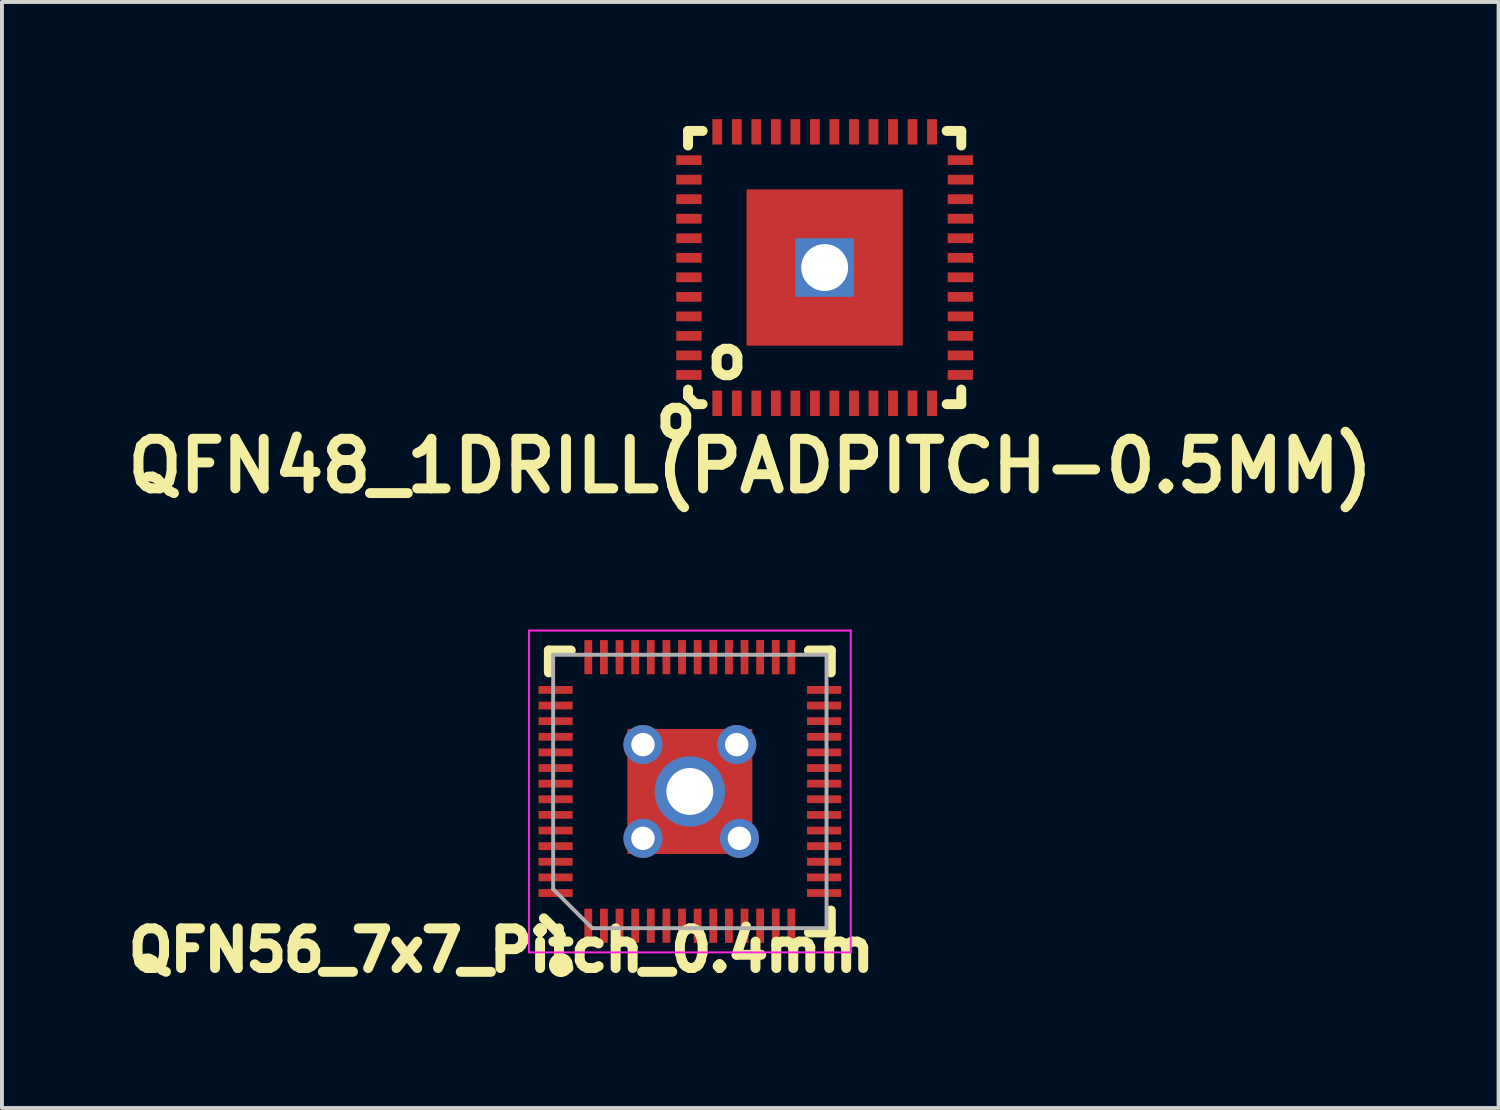
<source format=kicad_pcb>
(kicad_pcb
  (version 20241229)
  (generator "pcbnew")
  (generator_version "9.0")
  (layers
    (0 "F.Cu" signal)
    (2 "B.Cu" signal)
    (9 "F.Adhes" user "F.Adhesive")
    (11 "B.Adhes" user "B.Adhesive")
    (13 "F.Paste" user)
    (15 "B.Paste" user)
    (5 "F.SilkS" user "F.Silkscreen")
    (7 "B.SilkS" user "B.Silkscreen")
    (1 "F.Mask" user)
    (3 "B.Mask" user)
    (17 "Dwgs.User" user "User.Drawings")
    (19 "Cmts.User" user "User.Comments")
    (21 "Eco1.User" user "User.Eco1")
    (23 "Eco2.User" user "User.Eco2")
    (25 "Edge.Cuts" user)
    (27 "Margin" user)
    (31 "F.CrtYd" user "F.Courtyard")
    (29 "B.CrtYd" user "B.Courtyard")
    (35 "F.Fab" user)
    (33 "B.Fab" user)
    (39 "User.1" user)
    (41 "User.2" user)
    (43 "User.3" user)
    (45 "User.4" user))
  (footprint "QFN56_7x7_Pitch_0.4mm"
    (layer "F.Cu")
    (at 14.612 17.214)
    (property "Reference" "QFN56_7x7_Pitch_0.4mm" (at -4.826 4.064 0) (layer "F.SilkS") (effects (font (size 1.016 1.016) (thickness 0.254))))
    (attr smd)
    (fp_line (start -3.61 -3.61) (end -3.048 -3.61) (stroke (width 0.254) (type solid)) (layer "F.SilkS"))
    (fp_line (start -3.61 -3.048) (end -3.61 -3.61) (stroke (width 0.254) (type solid)) (layer "F.SilkS"))
    (fp_line (start -3.302 3.683) (end -3.737 3.248) (stroke (width 0.254) (type solid)) (layer "F.SilkS"))
    (fp_line (start 3.61 -3.61) (end 3.048 -3.61) (stroke (width 0.254) (type solid)) (layer "F.SilkS"))
    (fp_line (start 3.61 -3.048) (end 3.61 -3.61) (stroke (width 0.254) (type solid)) (layer "F.SilkS"))
    (fp_line (start 3.61 3.048) (end 3.61 3.61) (stroke (width 0.254) (type solid)) (layer "F.SilkS"))
    (fp_line (start 3.61 3.61) (end 3.048 3.61) (stroke (width 0.254) (type solid)) (layer "F.SilkS"))
    (fp_circle (center -3.302 4.445) (end -3.175 4.318) (stroke (width 0.254) (type solid)) (fill no) (layer "F.SilkS"))
    (fp_line (start -4.12 -4.12) (end -4.12 4.12) (stroke (width 0.05) (type solid)) (layer "F.CrtYd"))
    (fp_line (start -4.12 4.12) (end 4.12 4.12) (stroke (width 0.05) (type solid)) (layer "F.CrtYd"))
    (fp_line (start 4.12 -4.12) (end -4.12 -4.12) (stroke (width 0.05) (type solid)) (layer "F.CrtYd"))
    (fp_line (start 4.12 4.12) (end 4.12 -4.12) (stroke (width 0.05) (type solid)) (layer "F.CrtYd"))
    (fp_line (start -3.5 -3.5) (end 3.5 -3.5) (stroke (width 0.1) (type solid)) (layer "F.Fab"))
    (fp_line (start -3.5 2.5) (end -3.5 -3.5) (stroke (width 0.1) (type solid)) (layer "F.Fab"))
    (fp_line (start -2.5 3.5) (end -3.5 2.5) (stroke (width 0.1) (type solid)) (layer "F.Fab"))
    (fp_line (start 3.5 -3.5) (end 3.5 3.5) (stroke (width 0.1) (type solid)) (layer "F.Fab"))
    (fp_line (start 3.5 3.5) (end -2.5 3.5) (stroke (width 0.1) (type solid)) (layer "F.Fab"))
    (pad "" smd rect (at -3.438 -2.6 180) (size 0.886 0.211) (layers "F.Paste"))
    (pad "" smd rect (at -3.438 -2.2 180) (size 0.886 0.211) (layers "F.Paste"))
    (pad "" smd rect (at -3.438 -1.8 180) (size 0.886 0.211) (layers "F.Paste"))
    (pad "" smd rect (at -3.438 -1.4 180) (size 0.886 0.211) (layers "F.Paste"))
    (pad "" smd rect (at -3.438 -1 180) (size 0.886 0.211) (layers "F.Paste"))
    (pad "" smd rect (at -3.438 -0.6 180) (size 0.886 0.211) (layers "F.Paste"))
    (pad "" smd rect (at -3.438 -0.2 180) (size 0.886 0.211) (layers "F.Paste"))
    (pad "" smd rect (at -3.438 0.2 180) (size 0.886 0.211) (layers "F.Paste"))
    (pad "" smd rect (at -3.438 0.6 180) (size 0.886 0.211) (layers "F.Paste"))
    (pad "" smd rect (at -3.438 1 180) (size 0.886 0.211) (layers "F.Paste"))
    (pad "" smd rect (at -3.438 1.4 180) (size 0.886 0.211) (layers "F.Paste"))
    (pad "" smd rect (at -3.438 1.8 180) (size 0.886 0.211) (layers "F.Paste"))
    (pad "" smd rect (at -3.438 2.2 180) (size 0.886 0.211) (layers "F.Paste"))
    (pad "" smd rect (at -3.438 2.6 180) (size 0.886 0.211) (layers "F.Paste"))
    (pad "" smd rect (at -2.6 -3.438 90) (size 0.886 0.211) (layers "F.Paste"))
    (pad "" smd rect (at -2.6 3.438 90) (size 0.886 0.211) (layers "F.Paste"))
    (pad "" smd rect (at -2.2 -3.438 90) (size 0.886 0.211) (layers "F.Paste"))
    (pad "" smd rect (at -2.2 3.438 90) (size 0.886 0.211) (layers "F.Paste"))
    (pad "" smd rect (at -1.8 -3.438 90) (size 0.886 0.211) (layers "F.Paste"))
    (pad "" smd rect (at -1.8 3.438 90) (size 0.886 0.211) (layers "F.Paste"))
    (pad "" smd rect (at -1.4 -3.438 90) (size 0.886 0.211) (layers "F.Paste"))
    (pad "" smd rect (at -1.4 3.438 90) (size 0.886 0.211) (layers "F.Paste"))
    (pad "" smd rect (at -1.194 0 90) (size 1.7 0.8) (layers "F.Paste"))
    (pad "" smd rect (at -1 -3.438 90) (size 0.886 0.211) (layers "F.Paste"))
    (pad "" smd rect (at -1 3.438 90) (size 0.886 0.211) (layers "F.Paste"))
    (pad "" smd rect (at -0.6 -3.438 90) (size 0.886 0.211) (layers "F.Paste"))
    (pad "" smd rect (at -0.6 3.438 90) (size 0.886 0.211) (layers "F.Paste"))
    (pad "" smd rect (at -0.2 -3.438 90) (size 0.886 0.211) (layers "F.Paste"))
    (pad "" smd rect (at -0.2 3.438 90) (size 0.886 0.211) (layers "F.Paste"))
    (pad "" smd rect (at 0 -1.194 180) (size 0.949 0.8) (layers "F.Paste"))
    (pad "" smd rect (at 0 1.194 180) (size 0.949 0.8) (layers "F.Paste"))
    (pad "" smd rect (at 0.2 -3.438 90) (size 0.886 0.211) (layers "F.Paste"))
    (pad "" smd rect (at 0.2 3.438 90) (size 0.886 0.211) (layers "F.Paste"))
    (pad "" smd rect (at 0.6 -3.438 90) (size 0.886 0.211) (layers "F.Paste"))
    (pad "" smd rect (at 0.6 3.438 90) (size 0.886 0.211) (layers "F.Paste"))
    (pad "" smd rect (at 1 -3.438 90) (size 0.886 0.211) (layers "F.Paste"))
    (pad "" smd rect (at 1 3.438 90) (size 0.886 0.211) (layers "F.Paste"))
    (pad "" smd rect (at 1.194 0 90) (size 1.7 0.8) (layers "F.Paste"))
    (pad "" smd rect (at 1.4 -3.438 90) (size 0.886 0.211) (layers "F.Paste"))
    (pad "" smd rect (at 1.4 3.438 90) (size 0.886 0.211) (layers "F.Paste"))
    (pad "" smd rect (at 1.8 -3.438 90) (size 0.886 0.211) (layers "F.Paste"))
    (pad "" smd rect (at 1.8 3.438 90) (size 0.886 0.211) (layers "F.Paste"))
    (pad "" smd rect (at 2.2 -3.438 90) (size 0.886 0.211) (layers "F.Paste"))
    (pad "" smd rect (at 2.2 3.438 90) (size 0.886 0.211) (layers "F.Paste"))
    (pad "" smd rect (at 2.6 -3.438 90) (size 0.886 0.211) (layers "F.Paste"))
    (pad "" smd rect (at 2.6 3.438 90) (size 0.886 0.211) (layers "F.Paste"))
    (pad "" smd rect (at 3.438 -2.6 180) (size 0.886 0.211) (layers "F.Paste"))
    (pad "" smd rect (at 3.438 -2.2 180) (size 0.886 0.211) (layers "F.Paste"))
    (pad "" smd rect (at 3.438 -1.8 180) (size 0.886 0.211) (layers "F.Paste"))
    (pad "" smd rect (at 3.438 -1.4 180) (size 0.886 0.211) (layers "F.Paste"))
    (pad "" smd rect (at 3.438 -1 180) (size 0.886 0.211) (layers "F.Paste"))
    (pad "" smd rect (at 3.438 -0.6 180) (size 0.886 0.211) (layers "F.Paste"))
    (pad "" smd rect (at 3.438 -0.2 180) (size 0.886 0.211) (layers "F.Paste"))
    (pad "" smd rect (at 3.438 0.2 180) (size 0.886 0.211) (layers "F.Paste"))
    (pad "" smd rect (at 3.438 0.6 180) (size 0.886 0.211) (layers "F.Paste"))
    (pad "" smd rect (at 3.438 1 180) (size 0.886 0.211) (layers "F.Paste"))
    (pad "" smd rect (at 3.438 1.4 180) (size 0.886 0.211) (layers "F.Paste"))
    (pad "" smd rect (at 3.438 1.8 180) (size 0.886 0.211) (layers "F.Paste"))
    (pad "" smd rect (at 3.438 2.2 180) (size 0.886 0.211) (layers "F.Paste"))
    (pad "" smd rect (at 3.438 2.6 180) (size 0.886 0.211) (layers "F.Paste"))
    (pad "1" smd rect (at -2.6 3.438 90) (size 0.875 0.2) (layers "F.Cu" "F.Mask"))
    (pad "2" smd rect (at -2.2 3.438 90) (size 0.875 0.2) (layers "F.Cu" "F.Mask"))
    (pad "3" smd rect (at -1.8 3.438 90) (size 0.875 0.2) (layers "F.Cu" "F.Mask"))
    (pad "4" smd rect (at -1.4 3.438 90) (size 0.875 0.2) (layers "F.Cu" "F.Mask"))
    (pad "5" smd rect (at -1 3.438 90) (size 0.875 0.2) (layers "F.Cu" "F.Mask"))
    (pad "6" smd rect (at -0.6 3.438 90) (size 0.875 0.2) (layers "F.Cu" "F.Mask"))
    (pad "7" smd rect (at -0.2 3.438 90) (size 0.875 0.2) (layers "F.Cu" "F.Mask"))
    (pad "8" smd rect (at 0.2 3.438 90) (size 0.875 0.2) (layers "F.Cu" "F.Mask"))
    (pad "9" smd rect (at 0.6 3.438 90) (size 0.875 0.2) (layers "F.Cu" "F.Mask"))
    (pad "10" smd rect (at 1 3.438 90) (size 0.875 0.2) (layers "F.Cu" "F.Mask"))
    (pad "11" smd rect (at 1.4 3.438 90) (size 0.875 0.2) (layers "F.Cu" "F.Mask"))
    (pad "12" smd rect (at 1.8 3.438 90) (size 0.875 0.2) (layers "F.Cu" "F.Mask"))
    (pad "13" smd rect (at 2.2 3.438 90) (size 0.875 0.2) (layers "F.Cu" "F.Mask"))
    (pad "14" smd rect (at 2.6 3.438 90) (size 0.875 0.2) (layers "F.Cu" "F.Mask"))
    (pad "15" smd rect (at 3.438 2.6 90) (size 0.2 0.875) (layers "F.Cu" "F.Mask"))
    (pad "16" smd rect (at 3.438 2.2 90) (size 0.2 0.875) (layers "F.Cu" "F.Mask"))
    (pad "17" smd rect (at 3.438 1.8 90) (size 0.2 0.875) (layers "F.Cu" "F.Mask"))
    (pad "18" smd rect (at 3.438 1.4 90) (size 0.2 0.875) (layers "F.Cu" "F.Mask"))
    (pad "19" smd rect (at 3.438 1 90) (size 0.2 0.875) (layers "F.Cu" "F.Mask"))
    (pad "20" smd rect (at 3.438 0.6 90) (size 0.2 0.875) (layers "F.Cu" "F.Mask"))
    (pad "21" smd rect (at 3.438 0.2 90) (size 0.2 0.875) (layers "F.Cu" "F.Mask"))
    (pad "22" smd rect (at 3.438 -0.2 90) (size 0.2 0.875) (layers "F.Cu" "F.Mask"))
    (pad "23" smd rect (at 3.438 -0.6 90) (size 0.2 0.875) (layers "F.Cu" "F.Mask"))
    (pad "24" smd rect (at 3.438 -1 90) (size 0.2 0.875) (layers "F.Cu" "F.Mask"))
    (pad "25" smd rect (at 3.438 -1.4 90) (size 0.2 0.875) (layers "F.Cu" "F.Mask"))
    (pad "26" smd rect (at 3.438 -1.8 90) (size 0.2 0.875) (layers "F.Cu" "F.Mask"))
    (pad "27" smd rect (at 3.438 -2.2 90) (size 0.2 0.875) (layers "F.Cu" "F.Mask"))
    (pad "28" smd rect (at 3.438 -2.6 90) (size 0.2 0.875) (layers "F.Cu" "F.Mask"))
    (pad "29" smd rect (at 2.6 -3.438 90) (size 0.875 0.2) (layers "F.Cu" "F.Mask"))
    (pad "30" smd rect (at 2.2 -3.438 90) (size 0.875 0.2) (layers "F.Cu" "F.Mask"))
    (pad "31" smd rect (at 1.8 -3.438 90) (size 0.875 0.2) (layers "F.Cu" "F.Mask"))
    (pad "32" smd rect (at 1.4 -3.438 90) (size 0.875 0.2) (layers "F.Cu" "F.Mask"))
    (pad "33" smd rect (at 1 -3.438 90) (size 0.875 0.2) (layers "F.Cu" "F.Mask"))
    (pad "34" smd rect (at 0.6 -3.438 90) (size 0.875 0.2) (layers "F.Cu" "F.Mask"))
    (pad "35" smd rect (at 0.2 -3.438 90) (size 0.875 0.2) (layers "F.Cu" "F.Mask"))
    (pad "36" smd rect (at -0.2 -3.438 90) (size 0.875 0.2) (layers "F.Cu" "F.Mask"))
    (pad "37" smd rect (at -0.6 -3.438 90) (size 0.875 0.2) (layers "F.Cu" "F.Mask"))
    (pad "38" smd rect (at -1 -3.438 90) (size 0.875 0.2) (layers "F.Cu" "F.Mask"))
    (pad "39" smd rect (at -1.4 -3.438 90) (size 0.875 0.2) (layers "F.Cu" "F.Mask"))
    (pad "40" smd rect (at -1.8 -3.438 90) (size 0.875 0.2) (layers "F.Cu" "F.Mask"))
    (pad "41" smd rect (at -2.2 -3.438 90) (size 0.875 0.2) (layers "F.Cu" "F.Mask"))
    (pad "42" smd rect (at -2.6 -3.438 90) (size 0.875 0.2) (layers "F.Cu" "F.Mask"))
    (pad "43" smd rect (at -3.438 -2.6 90) (size 0.2 0.875) (layers "F.Cu" "F.Mask"))
    (pad "44" smd rect (at -3.438 -2.2 90) (size 0.2 0.875) (layers "F.Cu" "F.Mask"))
    (pad "45" smd rect (at -3.438 -1.8 90) (size 0.2 0.875) (layers "F.Cu" "F.Mask"))
    (pad "46" smd rect (at -3.438 -1.4 90) (size 0.2 0.875) (layers "F.Cu" "F.Mask"))
    (pad "47" smd rect (at -3.438 -1 90) (size 0.2 0.875) (layers "F.Cu" "F.Mask"))
    (pad "48" smd rect (at -3.438 -0.6 90) (size 0.2 0.875) (layers "F.Cu" "F.Mask"))
    (pad "49" smd rect (at -3.438 -0.2 90) (size 0.2 0.875) (layers "F.Cu" "F.Mask"))
    (pad "50" smd rect (at -3.438 0.2 90) (size 0.2 0.875) (layers "F.Cu" "F.Mask"))
    (pad "51" smd rect (at -3.438 0.6 90) (size 0.2 0.875) (layers "F.Cu" "F.Mask"))
    (pad "52" smd rect (at -3.438 1 90) (size 0.2 0.875) (layers "F.Cu" "F.Mask"))
    (pad "53" smd rect (at -3.438 1.4 90) (size 0.2 0.875) (layers "F.Cu" "F.Mask"))
    (pad "54" smd rect (at -3.438 1.8 90) (size 0.2 0.875) (layers "F.Cu" "F.Mask"))
    (pad "55" smd rect (at -3.438 2.2 90) (size 0.2 0.875) (layers "F.Cu" "F.Mask"))
    (pad "56" smd rect (at -3.438 2.6 90) (size 0.2 0.875) (layers "F.Cu" "F.Mask"))
    (pad "57" thru_hole circle (at -1.2 -1.2 90) (size 1 1) (drill 0.6) (layers "*.Cu" "*.Mask"))
    (pad "57" thru_hole circle (at -1.2 1.2 90) (size 1 1) (drill 0.6) (layers "*.Cu" "*.Mask"))
    (pad "57" thru_hole circle (at 0 0 90) (size 1.8 1.8) (drill 1.2) (layers "*.Cu" "*.Mask"))
    (pad "57" smd rect (at 0 0 90) (size 3.2 3.2) (layers "F.Cu" "F.Mask"))
    (pad "57" thru_hole circle (at 1.2 -1.2 90) (size 1 1) (drill 0.6) (layers "*.Cu" "*.Mask"))
    (pad "57" thru_hole circle (at 1.27 1.2 90) (size 1 1) (drill 0.6) (layers "*.Cu" "*.Mask")))
  (footprint "QFN48_1DRILL(PADPITCH-0.5MM)"
    (layer "F.Cu")
    (at 18.064 3.8)
    (property "Reference" "QFN48_1DRILL(PADPITCH-0.5MM)" (at -1.905 5.08 0) (layer "F.SilkS") (effects (font (size 1.27 1.27) (thickness 0.254))))
    (attr smd)
    (fp_line (start -3.498 -3.498) (end -3.124 -3.498) (stroke (width 0.254) (type solid)) (layer "F.SilkS"))
    (fp_line (start -3.498 -3.124) (end -3.498 -3.498) (stroke (width 0.254) (type solid)) (layer "F.SilkS"))
    (fp_line (start -3.498 3.299) (end -3.498 3.124) (stroke (width 0.254) (type solid)) (layer "F.SilkS"))
    (fp_line (start -3.299 3.498) (end -3.498 3.299) (stroke (width 0.254) (type solid)) (layer "F.SilkS"))
    (fp_line (start -3.124 3.498) (end -3.299 3.498) (stroke (width 0.254) (type solid)) (layer "F.SilkS"))
    (fp_line (start 3.124 -3.498) (end 3.498 -3.498) (stroke (width 0.254) (type solid)) (layer "F.SilkS"))
    (fp_line (start 3.498 -3.498) (end 3.498 -3.124) (stroke (width 0.254) (type solid)) (layer "F.SilkS"))
    (fp_line (start 3.498 3.124) (end 3.498 3.498) (stroke (width 0.254) (type solid)) (layer "F.SilkS"))
    (fp_line (start 3.498 3.498) (end 3.124 3.498) (stroke (width 0.254) (type solid)) (layer "F.SilkS"))
    (fp_text user "o" (at -3.81 3.81 0) (layer "F.SilkS") (effects (font (size 1.016 1.016) (thickness 0.254))))
    (fp_text user "o" (at -2.5 2.3 0) (layer "F.SilkS") (effects (font (size 1.016 1.016) (thickness 0.254))))
    (pad "" smd rect (at -1.295 -1.295) (size 1 1) (layers "F.Paste"))
    (pad "" smd rect (at -1.295 0) (size 1 1) (layers "F.Paste"))
    (pad "" smd rect (at -1.295 1.295) (size 1 1) (layers "F.Paste"))
    (pad "" smd rect (at 0 -1.295) (size 1 1) (layers "F.Paste"))
    (pad "" smd rect (at 0 1.295) (size 1 1) (layers "F.Paste"))
    (pad "" smd rect (at 1.295 -1.295) (size 1 1) (layers "F.Paste"))
    (pad "" smd rect (at 1.295 0) (size 1 1) (layers "F.Paste"))
    (pad "" smd rect (at 1.295 1.295) (size 1 1) (layers "F.Paste"))
    (pad "1" smd rect (at -2.75 3.475) (size 0.25 0.65) (layers "F.Cu" "F.Mask" "F.Paste"))
    (pad "2" smd rect (at -2.25 3.475) (size 0.25 0.65) (layers "F.Cu" "F.Mask" "F.Paste"))
    (pad "3" smd rect (at -1.75 3.475) (size 0.25 0.65) (layers "F.Cu" "F.Mask" "F.Paste"))
    (pad "4" smd rect (at -1.25 3.475) (size 0.25 0.65) (layers "F.Cu" "F.Mask" "F.Paste"))
    (pad "5" smd rect (at -0.75 3.475) (size 0.25 0.65) (layers "F.Cu" "F.Mask" "F.Paste"))
    (pad "6" smd rect (at -0.25 3.475) (size 0.25 0.65) (layers "F.Cu" "F.Mask" "F.Paste"))
    (pad "7" smd rect (at 0.25 3.475) (size 0.25 0.65) (layers "F.Cu" "F.Mask" "F.Paste"))
    (pad "8" smd rect (at 0.75 3.475) (size 0.25 0.65) (layers "F.Cu" "F.Mask" "F.Paste"))
    (pad "9" smd rect (at 1.25 3.475) (size 0.25 0.65) (layers "F.Cu" "F.Mask" "F.Paste"))
    (pad "10" smd rect (at 1.75 3.475) (size 0.25 0.65) (layers "F.Cu" "F.Mask" "F.Paste"))
    (pad "11" smd rect (at 2.25 3.475) (size 0.25 0.65) (layers "F.Cu" "F.Mask" "F.Paste"))
    (pad "12" smd rect (at 2.75 3.475) (size 0.25 0.65) (layers "F.Cu" "F.Mask" "F.Paste"))
    (pad "13" smd rect (at 3.475 2.75 90) (size 0.25 0.65) (layers "F.Cu" "F.Mask" "F.Paste"))
    (pad "14" smd rect (at 3.475 2.25 90) (size 0.25 0.65) (layers "F.Cu" "F.Mask" "F.Paste"))
    (pad "15" smd rect (at 3.475 1.75 90) (size 0.25 0.65) (layers "F.Cu" "F.Mask" "F.Paste"))
    (pad "16" smd rect (at 3.475 1.25 90) (size 0.25 0.65) (layers "F.Cu" "F.Mask" "F.Paste"))
    (pad "17" smd rect (at 3.475 0.75 90) (size 0.25 0.65) (layers "F.Cu" "F.Mask" "F.Paste"))
    (pad "18" smd rect (at 3.475 0.25 90) (size 0.25 0.65) (layers "F.Cu" "F.Mask" "F.Paste"))
    (pad "19" smd rect (at 3.475 -0.25 90) (size 0.25 0.65) (layers "F.Cu" "F.Mask" "F.Paste"))
    (pad "20" smd rect (at 3.475 -0.75 90) (size 0.25 0.65) (layers "F.Cu" "F.Mask" "F.Paste"))
    (pad "21" smd rect (at 3.475 -1.25 90) (size 0.25 0.65) (layers "F.Cu" "F.Mask" "F.Paste"))
    (pad "22" smd rect (at 3.475 -1.75 90) (size 0.25 0.65) (layers "F.Cu" "F.Mask" "F.Paste"))
    (pad "23" smd rect (at 3.475 -2.25 90) (size 0.25 0.65) (layers "F.Cu" "F.Mask" "F.Paste"))
    (pad "24" smd rect (at 3.475 -2.75 90) (size 0.25 0.65) (layers "F.Cu" "F.Mask" "F.Paste"))
    (pad "25" smd rect (at 2.75 -3.475 180) (size 0.25 0.65) (layers "F.Cu" "F.Mask" "F.Paste"))
    (pad "26" smd rect (at 2.25 -3.475 180) (size 0.25 0.65) (layers "F.Cu" "F.Mask" "F.Paste"))
    (pad "27" smd rect (at 1.75 -3.475 180) (size 0.25 0.65) (layers "F.Cu" "F.Mask" "F.Paste"))
    (pad "28" smd rect (at 1.25 -3.475 180) (size 0.25 0.65) (layers "F.Cu" "F.Mask" "F.Paste"))
    (pad "29" smd rect (at 0.75 -3.475 180) (size 0.25 0.65) (layers "F.Cu" "F.Mask" "F.Paste"))
    (pad "30" smd rect (at 0.25 -3.475 180) (size 0.25 0.65) (layers "F.Cu" "F.Mask" "F.Paste"))
    (pad "31" smd rect (at -0.25 -3.475 180) (size 0.25 0.65) (layers "F.Cu" "F.Mask" "F.Paste"))
    (pad "32" smd rect (at -0.75 -3.475 180) (size 0.25 0.65) (layers "F.Cu" "F.Mask" "F.Paste"))
    (pad "33" smd rect (at -1.25 -3.475 180) (size 0.25 0.65) (layers "F.Cu" "F.Mask" "F.Paste"))
    (pad "34" smd rect (at -1.75 -3.475 180) (size 0.25 0.65) (layers "F.Cu" "F.Mask" "F.Paste"))
    (pad "35" smd rect (at -2.25 -3.475 180) (size 0.25 0.65) (layers "F.Cu" "F.Mask" "F.Paste"))
    (pad "36" smd rect (at -2.75 -3.475 180) (size 0.25 0.65) (layers "F.Cu" "F.Mask" "F.Paste"))
    (pad "37" smd rect (at -3.475 -2.75 270) (size 0.25 0.65) (layers "F.Cu" "F.Mask" "F.Paste"))
    (pad "38" smd rect (at -3.475 -2.25 270) (size 0.25 0.65) (layers "F.Cu" "F.Mask" "F.Paste"))
    (pad "39" smd rect (at -3.475 -1.75 270) (size 0.25 0.65) (layers "F.Cu" "F.Mask" "F.Paste"))
    (pad "40" smd rect (at -3.475 -1.25 270) (size 0.25 0.65) (layers "F.Cu" "F.Mask" "F.Paste"))
    (pad "41" smd rect (at -3.475 -0.75 270) (size 0.25 0.65) (layers "F.Cu" "F.Mask" "F.Paste"))
    (pad "42" smd rect (at -3.475 -0.25 270) (size 0.25 0.65) (layers "F.Cu" "F.Mask" "F.Paste"))
    (pad "43" smd rect (at -3.475 0.25 270) (size 0.25 0.65) (layers "F.Cu" "F.Mask" "F.Paste"))
    (pad "44" smd rect (at -3.475 0.75 270) (size 0.25 0.65) (layers "F.Cu" "F.Mask" "F.Paste"))
    (pad "45" smd rect (at -3.475 1.25 270) (size 0.25 0.65) (layers "F.Cu" "F.Mask" "F.Paste"))
    (pad "46" smd rect (at -3.475 1.75 270) (size 0.25 0.65) (layers "F.Cu" "F.Mask" "F.Paste"))
    (pad "47" smd rect (at -3.475 2.25 270) (size 0.25 0.65) (layers "F.Cu" "F.Mask" "F.Paste"))
    (pad "48" smd rect (at -3.475 2.75 270) (size 0.25 0.65) (layers "F.Cu" "F.Mask" "F.Paste"))
    (pad "49" thru_hole rect (at 0 0) (size 1.5 1.5) (drill 1.2) (property pad_prop_heatsink) (layers "*.Cu" "*.Mask"))
    (pad "49" smd rect (at 0 0) (size 4 4) (layers "F.Cu" "F.Mask")))
  (gr_rect
    (start -3 -3)
    (end 35.318 25.318)
    (stroke (width 0.1) (type default))
    (fill no)
    (layer "Edge.Cuts")))
</source>
